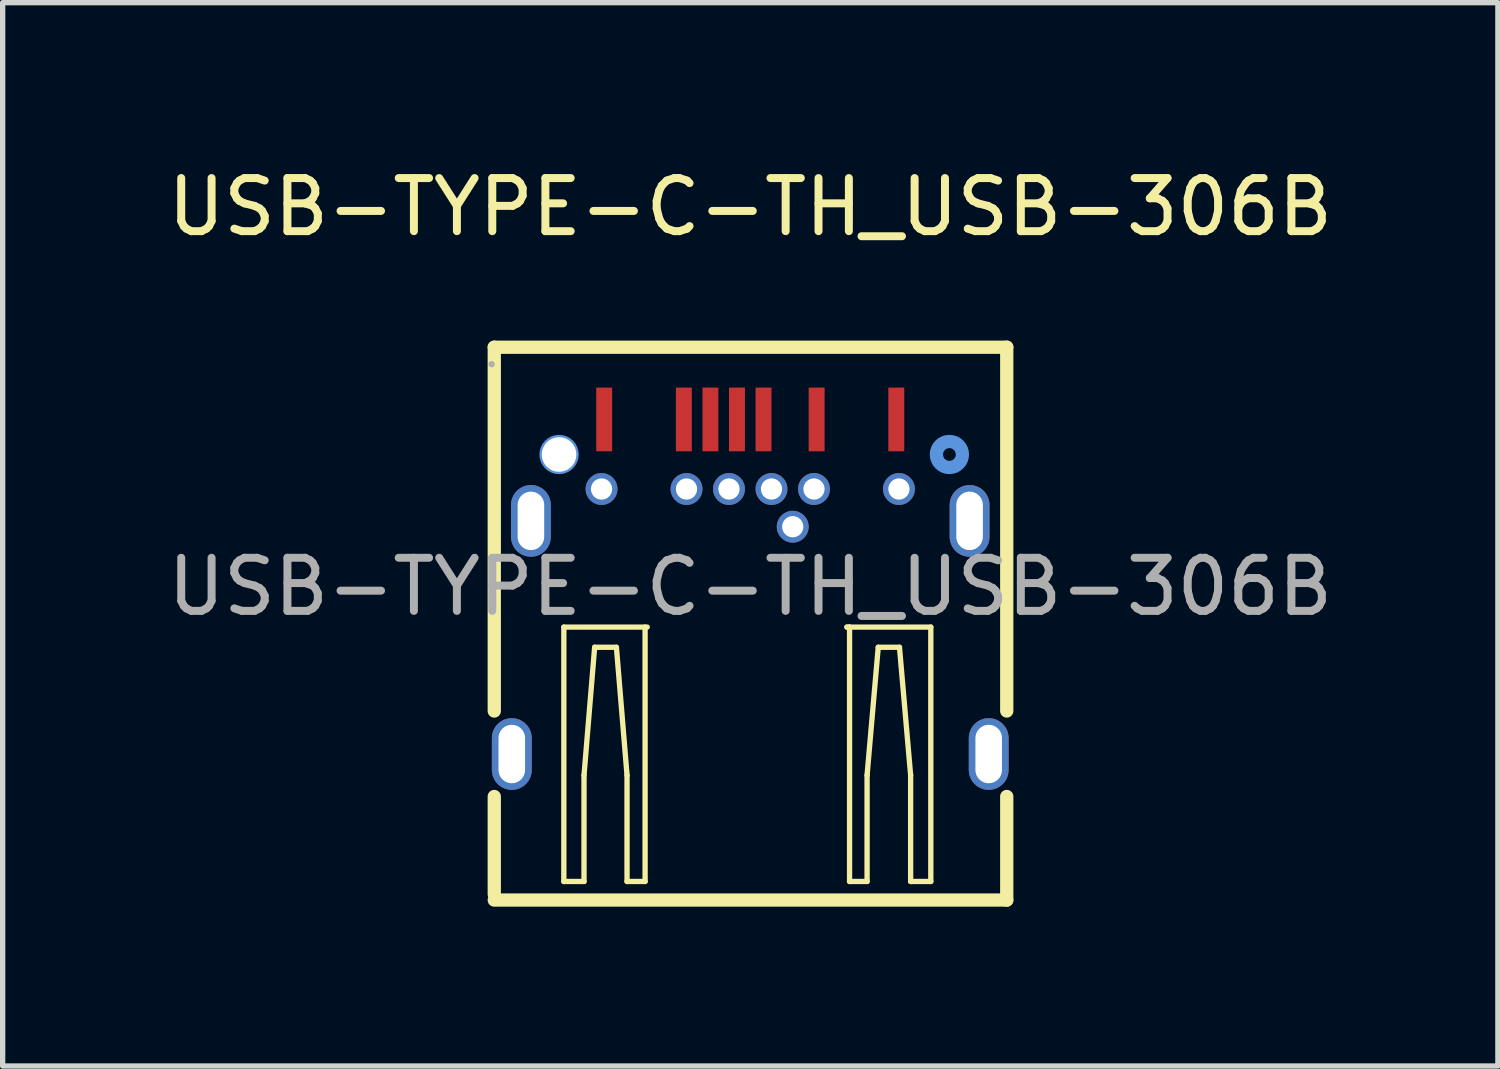
<source format=kicad_pcb>
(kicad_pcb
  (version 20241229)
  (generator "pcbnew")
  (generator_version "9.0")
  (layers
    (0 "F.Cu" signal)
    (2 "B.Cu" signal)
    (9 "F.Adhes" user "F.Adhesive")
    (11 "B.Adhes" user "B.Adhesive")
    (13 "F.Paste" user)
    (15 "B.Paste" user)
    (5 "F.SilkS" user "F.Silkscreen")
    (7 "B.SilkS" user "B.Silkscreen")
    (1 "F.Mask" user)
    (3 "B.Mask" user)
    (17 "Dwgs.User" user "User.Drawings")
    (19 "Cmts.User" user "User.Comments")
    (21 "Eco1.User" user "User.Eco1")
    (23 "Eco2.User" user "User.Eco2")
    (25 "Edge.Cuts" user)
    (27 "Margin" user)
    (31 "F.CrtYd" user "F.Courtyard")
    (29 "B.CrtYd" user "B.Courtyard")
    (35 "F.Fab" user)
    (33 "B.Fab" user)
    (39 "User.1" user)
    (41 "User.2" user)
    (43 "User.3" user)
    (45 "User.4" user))
  (footprint "USB-TYPE-C-TH_USB-306B"
    (layer "F.Cu")
    (at 11.077 7.998)
    (property "Reference" "USB-TYPE-C-TH_USB-306B" (at 0 -7.15 0) (layer "F.SilkS") (effects (font (size 1 1) (thickness 0.15))))
    (attr through_hole)
    (fp_line (start -4.82 -4.51) (end 4.83 -4.51) (stroke (width 0.25) (type solid)) (layer "F.SilkS"))
    (fp_line (start -4.82 2.34) (end -4.82 -4.51) (stroke (width 0.25) (type solid)) (layer "F.SilkS"))
    (fp_line (start -4.82 5.79) (end -4.82 3.95) (stroke (width 0.25) (type solid)) (layer "F.SilkS"))
    (fp_line (start -3.51 0.76) (end -3.51 5.55) (stroke (width 0.1) (type solid)) (layer "F.SilkS"))
    (fp_line (start -3.51 5.55) (end -3.13 5.55) (stroke (width 0.1) (type solid)) (layer "F.SilkS"))
    (fp_line (start -3.13 3.55) (end -2.93 1.14) (stroke (width 0.1) (type solid)) (layer "F.SilkS"))
    (fp_line (start -3.13 5.55) (end -3.13 3.55) (stroke (width 0.1) (type solid)) (layer "F.SilkS"))
    (fp_line (start -2.93 1.14) (end -2.52 1.14) (stroke (width 0.1) (type solid)) (layer "F.SilkS"))
    (fp_line (start -2.52 1.14) (end -2.32 3.55) (stroke (width 0.1) (type solid)) (layer "F.SilkS"))
    (fp_line (start -2.32 3.55) (end -2.32 5.55) (stroke (width 0.1) (type solid)) (layer "F.SilkS"))
    (fp_line (start -2.32 5.55) (end -1.98 5.55) (stroke (width 0.1) (type solid)) (layer "F.SilkS"))
    (fp_line (start -1.98 5.55) (end -1.98 0.76) (stroke (width 0.1) (type solid)) (layer "F.SilkS"))
    (fp_line (start -1.94 0.76) (end -3.51 0.76) (stroke (width 0.1) (type solid)) (layer "F.SilkS"))
    (fp_line (start 1.82 0.76) (end 3.4 0.76) (stroke (width 0.1) (type solid)) (layer "F.SilkS"))
    (fp_line (start 1.87 0.76) (end 1.82 0.76) (stroke (width 0.1) (type solid)) (layer "F.SilkS"))
    (fp_line (start 1.87 5.55) (end 1.87 0.76) (stroke (width 0.1) (type solid)) (layer "F.SilkS"))
    (fp_line (start 2.2 3.55) (end 2.2 5.55) (stroke (width 0.1) (type solid)) (layer "F.SilkS"))
    (fp_line (start 2.2 5.55) (end 1.87 5.55) (stroke (width 0.1) (type solid)) (layer "F.SilkS"))
    (fp_line (start 2.41 1.14) (end 2.2 3.55) (stroke (width 0.1) (type solid)) (layer "F.SilkS"))
    (fp_line (start 2.81 1.14) (end 2.41 1.14) (stroke (width 0.1) (type solid)) (layer "F.SilkS"))
    (fp_line (start 3.02 3.55) (end 2.81 1.14) (stroke (width 0.1) (type solid)) (layer "F.SilkS"))
    (fp_line (start 3.02 5.55) (end 3.02 3.55) (stroke (width 0.1) (type solid)) (layer "F.SilkS"))
    (fp_line (start 3.4 0.76) (end 3.4 5.55) (stroke (width 0.1) (type solid)) (layer "F.SilkS"))
    (fp_line (start 3.4 5.55) (end 3.02 5.55) (stroke (width 0.1) (type solid)) (layer "F.SilkS"))
    (fp_line (start 4.83 -4.51) (end 4.83 2.34) (stroke (width 0.25) (type solid)) (layer "F.SilkS"))
    (fp_line (start 4.83 3.95) (end 4.83 5.9) (stroke (width 0.25) (type solid)) (layer "F.SilkS"))
    (fp_line (start 4.83 5.9) (end -4.82 5.9) (stroke (width 0.25) (type solid)) (layer "F.SilkS"))
    (fp_circle (center -2.8 -1.84) (end -2.65 -1.84) (stroke (width 0.3) (type solid)) (fill no) (layer "F.Paste"))
    (fp_circle (center -1.2 -1.84) (end -1.05 -1.84) (stroke (width 0.3) (type solid)) (fill no) (layer "F.Paste"))
    (fp_circle (center -0.4 -1.84) (end -0.25 -1.84) (stroke (width 0.3) (type solid)) (fill no) (layer "F.Paste"))
    (fp_circle (center 0.4 -1.84) (end 0.55 -1.84) (stroke (width 0.3) (type solid)) (fill no) (layer "F.Paste"))
    (fp_circle (center 0.8 -1.13) (end 0.95 -1.13) (stroke (width 0.3) (type solid)) (fill no) (layer "F.Paste"))
    (fp_circle (center 1.2 -1.84) (end 1.35 -1.84) (stroke (width 0.3) (type solid)) (fill no) (layer "F.Paste"))
    (fp_circle (center 2.8 -1.84) (end 2.95 -1.84) (stroke (width 0.3) (type solid)) (fill no) (layer "F.Paste"))
    (fp_circle (center -3.6 -2.49) (end -3.48 -2.49) (stroke (width 0.25) (type solid)) (fill no) (layer "Cmts.User"))
    (fp_circle (center 3.75 -2.49) (end 3.87 -2.49) (stroke (width 0.25) (type solid)) (fill no) (layer "Cmts.User"))
    (fp_circle (center -4.87 -4.19) (end -4.84 -4.19) (stroke (width 0.06) (type solid)) (fill no) (layer "F.Fab"))
    (fp_text user "${REFERENCE}" (at 0 0 0) (layer "F.Fab") (effects (font (size 1 1) (thickness 0.15))))
    (pad "" thru_hole circle (at -3.6 -2.49) (size 0.65 0.65) (drill 0.65) (layers "*.Cu" "*.Mask"))
    (pad "15" thru_hole oval (at -4.49 3.15) (size 0.75 1.35) (drill oval 0.5 1.1) (layers "*.Cu" "*.Mask"))
    (pad "15" thru_hole oval (at -4.13 -1.24) (size 0.75 1.35) (drill oval 0.5 1.1) (layers "*.Cu" "*.Mask"))
    (pad "15" thru_hole oval (at 4.13 -1.24) (size 0.75 1.35) (drill oval 0.5 1.1) (layers "*.Cu" "*.Mask"))
    (pad "15" thru_hole oval (at 4.49 3.15) (size 0.75 1.35) (drill oval 0.5 1.1) (layers "*.Cu" "*.Mask"))
    (pad "A1" smd rect (at -2.75 -3.15) (size 0.3 1.2) (layers "F.Cu" "F.Mask" "F.Paste"))
    (pad "A4" smd rect (at -1.25 -3.15) (size 0.3 1.2) (layers "F.Cu" "F.Mask" "F.Paste"))
    (pad "A5" smd rect (at -0.75 -3.15) (size 0.3 1.2) (layers "F.Cu" "F.Mask" "F.Paste"))
    (pad "A6" smd rect (at -0.25 -3.15) (size 0.3 1.2) (layers "F.Cu" "F.Mask" "F.Paste"))
    (pad "A7" smd rect (at 0.25 -3.15) (size 0.3 1.2) (layers "F.Cu" "F.Mask" "F.Paste"))
    (pad "A9" smd rect (at 1.25 -3.15) (size 0.3 1.2) (layers "F.Cu" "F.Mask" "F.Paste"))
    (pad "A12" smd rect (at 2.75 -3.15) (size 0.3 1.2) (layers "F.Cu" "F.Mask" "F.Paste"))
    (pad "B1" thru_hole circle (at 2.8 -1.84) (size 0.6 0.6) (drill 0.4) (layers "*.Cu" "*.Mask"))
    (pad "B4" thru_hole circle (at 1.2 -1.84) (size 0.6 0.6) (drill 0.4) (layers "*.Cu" "*.Mask"))
    (pad "B5" thru_hole circle (at 0.8 -1.13) (size 0.6 0.6) (drill 0.4) (layers "*.Cu" "*.Mask"))
    (pad "B6" thru_hole circle (at 0.4 -1.84) (size 0.6 0.6) (drill 0.4) (layers "*.Cu" "*.Mask"))
    (pad "B7" thru_hole circle (at -0.4 -1.84) (size 0.6 0.6) (drill 0.4) (layers "*.Cu" "*.Mask"))
    (pad "B9" thru_hole circle (at -1.2 -1.84) (size 0.6 0.6) (drill 0.4) (layers "*.Cu" "*.Mask"))
    (pad "B12" thru_hole circle (at -2.8 -1.84) (size 0.6 0.6) (drill 0.4) (layers "*.Cu" "*.Mask")))
  (gr_rect
    (start -3 -3)
    (end 25.155 17.023)
    (stroke (width 0.1) (type default))
    (fill no)
    (layer "Edge.Cuts")))
</source>
